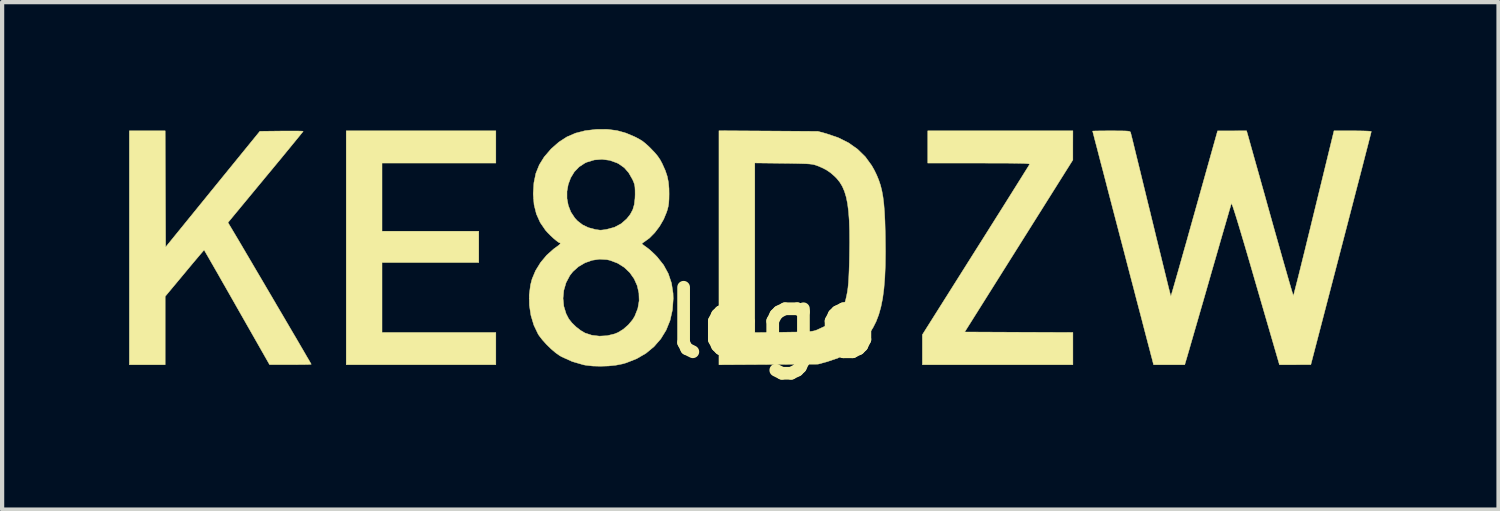
<source format=kicad_pcb>
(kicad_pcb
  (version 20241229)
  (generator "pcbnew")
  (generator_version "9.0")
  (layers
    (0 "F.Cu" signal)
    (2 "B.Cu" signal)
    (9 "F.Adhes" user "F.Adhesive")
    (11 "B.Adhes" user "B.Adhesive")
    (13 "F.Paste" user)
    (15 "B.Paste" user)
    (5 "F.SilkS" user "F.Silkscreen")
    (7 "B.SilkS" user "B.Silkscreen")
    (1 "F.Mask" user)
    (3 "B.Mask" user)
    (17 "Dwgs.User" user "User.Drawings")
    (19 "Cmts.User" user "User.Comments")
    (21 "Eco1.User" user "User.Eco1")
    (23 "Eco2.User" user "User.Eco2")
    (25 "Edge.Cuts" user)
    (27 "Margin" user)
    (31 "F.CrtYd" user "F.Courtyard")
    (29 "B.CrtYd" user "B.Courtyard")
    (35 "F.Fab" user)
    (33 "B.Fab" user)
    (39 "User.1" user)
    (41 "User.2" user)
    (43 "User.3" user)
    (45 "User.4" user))
  (footprint "logo"
    (layer "F.Cu")
    (at 14.568 3.3)
    (property "Reference" "logo" (at 0.635 1.27 0) (layer "F.SilkS") (effects (font (size 1.524 1.524) (thickness 0.3))))
    (attr through_hole)
    (fp_poly (pts (xy -5.905 -2.498) (xy -8.594 -2.498) (xy -8.594 -0.889) (xy -6.308 -0.889) (xy -6.308 -0.148) (xy -8.594 -0.148) (xy -8.594 1.503) (xy -5.905 1.503) (xy -5.905 2.265) (xy -9.44 2.265) (xy -9.44 -3.26) (xy -5.905 -3.26) (xy -5.905 -2.498)) (stroke (width 0.01) (type solid)) (fill yes) (layer "F.SilkS"))
    (fp_poly (pts (xy 7.725 -2.916) (xy 7.725 -2.572) (xy 5.17 1.492) (xy 6.448 1.498) (xy 7.726 1.503) (xy 7.726 2.265) (xy 4.17 2.265) (xy 4.17 1.91) (xy 4.17 1.556) (xy 5.432 -0.445) (xy 5.599 -0.709) (xy 5.76 -0.965) (xy 5.913 -1.208) (xy 6.057 -1.436) (xy 6.19 -1.648) (xy 6.311 -1.841) (xy 6.418 -2.012) (xy 6.511 -2.16) (xy 6.587 -2.282) (xy 6.646 -2.376) (xy 6.685 -2.439) (xy 6.703 -2.469) (xy 6.704 -2.471) (xy 6.698 -2.477) (xy 6.675 -2.482) (xy 6.63 -2.486) (xy 6.563 -2.49) (xy 6.469 -2.492) (xy 6.347 -2.494) (xy 6.193 -2.496) (xy 6.005 -2.497) (xy 5.78 -2.497) (xy 5.515 -2.498) (xy 4.297 -2.498) (xy 4.297 -3.26) (xy 7.726 -3.26) (xy 7.725 -2.916)) (stroke (width 0.01) (type solid)) (fill yes) (layer "F.SilkS"))
    (fp_poly (pts (xy -13.705 -0.514) (xy -12.593 -1.882) (xy -11.48 -3.249) (xy -10.968 -3.255) (xy -10.826 -3.256) (xy -10.699 -3.256) (xy -10.593 -3.255) (xy -10.514 -3.254) (xy -10.467 -3.251) (xy -10.456 -3.249) (xy -10.469 -3.231) (xy -10.507 -3.184) (xy -10.568 -3.109) (xy -10.649 -3.01) (xy -10.748 -2.889) (xy -10.863 -2.749) (xy -10.991 -2.593) (xy -11.131 -2.424) (xy -11.28 -2.244) (xy -11.345 -2.166) (xy -12.233 -1.093) (xy -12.194 -1.028) (xy -12.165 -0.98) (xy -12.118 -0.901) (xy -12.055 -0.795) (xy -11.977 -0.664) (xy -11.888 -0.513) (xy -11.788 -0.343) (xy -11.679 -0.158) (xy -11.564 0.038) (xy -11.443 0.243) (xy -11.32 0.453) (xy -11.195 0.665) (xy -11.071 0.877) (xy -10.949 1.084) (xy -10.831 1.285) (xy -10.72 1.475) (xy -10.616 1.651) (xy -10.523 1.811) (xy -10.441 1.951) (xy -10.373 2.069) (xy -10.319 2.16) (xy -10.284 2.222) (xy -10.267 2.251) (xy -10.266 2.254) (xy -10.286 2.257) (xy -10.343 2.26) (xy -10.43 2.262) (xy -10.542 2.263) (xy -10.673 2.264) (xy -10.758 2.264) (xy -11.25 2.264) (xy -12.021 0.91) (xy -12.146 0.69) (xy -12.265 0.481) (xy -12.376 0.287) (xy -12.477 0.109) (xy -12.568 -0.049) (xy -12.646 -0.185) (xy -12.709 -0.295) (xy -12.757 -0.377) (xy -12.786 -0.428) (xy -12.797 -0.445) (xy -12.811 -0.429) (xy -12.849 -0.384) (xy -12.908 -0.315) (xy -12.985 -0.224) (xy -13.076 -0.116) (xy -13.178 0.006) (xy -13.259 0.104) (xy -13.716 0.652) (xy -13.716 2.265) (xy -14.563 2.265) (xy -14.563 -3.26) (xy -13.716 -3.26) (xy -13.705 -0.514)) (stroke (width 0.01) (type solid)) (fill yes) (layer "F.SilkS"))
    (fp_poly (pts (xy 0.534 -3.255) (xy 1.704 -3.247) (xy 1.905 -3.192) (xy 2.18 -3.099) (xy 2.425 -2.977) (xy 2.639 -2.826) (xy 2.822 -2.647) (xy 2.973 -2.44) (xy 3.033 -2.334) (xy 3.092 -2.213) (xy 3.141 -2.093) (xy 3.182 -1.971) (xy 3.214 -1.841) (xy 3.24 -1.696) (xy 3.26 -1.533) (xy 3.275 -1.345) (xy 3.286 -1.128) (xy 3.293 -0.876) (xy 3.295 -0.773) (xy 3.299 -0.409) (xy 3.295 -0.083) (xy 3.283 0.207) (xy 3.262 0.465) (xy 3.232 0.695) (xy 3.191 0.899) (xy 3.14 1.082) (xy 3.077 1.246) (xy 3.002 1.394) (xy 2.913 1.531) (xy 2.811 1.659) (xy 2.755 1.72) (xy 2.586 1.875) (xy 2.395 2.003) (xy 2.177 2.107) (xy 1.926 2.192) (xy 1.905 2.198) (xy 1.704 2.252) (xy 0.534 2.26) (xy -0.635 2.267) (xy -0.635 1.506) (xy 0.212 1.506) (xy 0.884 1.498) (xy 1.073 1.495) (xy 1.224 1.493) (xy 1.344 1.49) (xy 1.437 1.486) (xy 1.508 1.481) (xy 1.563 1.475) (xy 1.606 1.467) (xy 1.643 1.457) (xy 1.673 1.446) (xy 1.877 1.353) (xy 2.045 1.241) (xy 2.178 1.106) (xy 2.28 0.946) (xy 2.351 0.76) (xy 2.36 0.726) (xy 2.381 0.635) (xy 2.399 0.543) (xy 2.413 0.444) (xy 2.424 0.331) (xy 2.432 0.199) (xy 2.439 0.042) (xy 2.445 -0.148) (xy 2.448 -0.307) (xy 2.452 -0.624) (xy 2.45 -0.902) (xy 2.442 -1.145) (xy 2.426 -1.356) (xy 2.403 -1.538) (xy 2.371 -1.695) (xy 2.33 -1.83) (xy 2.28 -1.946) (xy 2.219 -2.047) (xy 2.147 -2.136) (xy 2.094 -2.189) (xy 1.996 -2.273) (xy 1.9 -2.338) (xy 1.791 -2.393) (xy 1.673 -2.441) (xy 1.637 -2.453) (xy 1.6 -2.463) (xy 1.555 -2.471) (xy 1.498 -2.477) (xy 1.423 -2.482) (xy 1.326 -2.485) (xy 1.202 -2.488) (xy 1.044 -2.491) (xy 0.884 -2.493) (xy 0.212 -2.501) (xy 0.212 1.506) (xy -0.635 1.506) (xy -0.635 -3.262) (xy 0.534 -3.255)) (stroke (width 0.01) (type solid)) (fill yes) (layer "F.SilkS"))
    (fp_poly (pts (xy 14.465 -3.259) (xy 14.581 -3.257) (xy 14.675 -3.254) (xy 14.741 -3.25) (xy 14.773 -3.245) (xy 14.775 -3.244) (xy 14.77 -3.222) (xy 14.755 -3.161) (xy 14.73 -3.064) (xy 14.697 -2.934) (xy 14.655 -2.772) (xy 14.606 -2.581) (xy 14.55 -2.363) (xy 14.487 -2.121) (xy 14.418 -1.857) (xy 14.345 -1.574) (xy 14.267 -1.274) (xy 14.185 -0.958) (xy 14.1 -0.631) (xy 14.061 -0.482) (xy 13.346 2.264) (xy 12.975 2.265) (xy 12.605 2.265) (xy 12.044 0.337) (xy 11.944 -0.009) (xy 11.855 -0.314) (xy 11.776 -0.583) (xy 11.707 -0.814) (xy 11.648 -1.011) (xy 11.598 -1.175) (xy 11.557 -1.306) (xy 11.524 -1.408) (xy 11.5 -1.48) (xy 11.482 -1.524) (xy 11.472 -1.543) (xy 11.469 -1.542) (xy 11.46 -1.514) (xy 11.442 -1.449) (xy 11.413 -1.35) (xy 11.375 -1.218) (xy 11.329 -1.059) (xy 11.275 -0.874) (xy 11.215 -0.667) (xy 11.15 -0.44) (xy 11.08 -0.197) (xy 11.006 0.058) (xy 10.953 0.243) (xy 10.877 0.509) (xy 10.803 0.766) (xy 10.732 1.01) (xy 10.666 1.239) (xy 10.605 1.449) (xy 10.551 1.637) (xy 10.504 1.799) (xy 10.466 1.932) (xy 10.436 2.034) (xy 10.417 2.1) (xy 10.41 2.122) (xy 10.368 2.265) (xy 9.632 2.265) (xy 9.611 2.185) (xy 9.599 2.137) (xy 9.576 2.053) (xy 9.546 1.935) (xy 9.507 1.788) (xy 9.461 1.613) (xy 9.409 1.414) (xy 9.352 1.193) (xy 9.289 0.954) (xy 9.222 0.699) (xy 9.153 0.432) (xy 9.08 0.155) (xy 9.006 -0.129) (xy 8.931 -0.418) (xy 8.855 -0.707) (xy 8.78 -0.994) (xy 8.706 -1.277) (xy 8.634 -1.553) (xy 8.565 -1.817) (xy 8.5 -2.069) (xy 8.439 -2.304) (xy 8.382 -2.519) (xy 8.332 -2.713) (xy 8.288 -2.882) (xy 8.251 -3.022) (xy 8.223 -3.132) (xy 8.203 -3.208) (xy 8.193 -3.248) (xy 8.191 -3.253) (xy 8.212 -3.255) (xy 8.268 -3.257) (xy 8.354 -3.258) (xy 8.464 -3.259) (xy 8.592 -3.26) (xy 8.635 -3.26) (xy 8.783 -3.259) (xy 8.895 -3.258) (xy 8.975 -3.256) (xy 9.029 -3.252) (xy 9.062 -3.246) (xy 9.08 -3.237) (xy 9.088 -3.225) (xy 9.089 -3.223) (xy 9.095 -3.197) (xy 9.111 -3.133) (xy 9.136 -3.034) (xy 9.168 -2.903) (xy 9.207 -2.742) (xy 9.253 -2.555) (xy 9.305 -2.344) (xy 9.361 -2.113) (xy 9.422 -1.863) (xy 9.486 -1.599) (xy 9.554 -1.324) (xy 9.566 -1.272) (xy 9.634 -0.995) (xy 9.698 -0.73) (xy 9.76 -0.48) (xy 9.817 -0.247) (xy 9.869 -0.035) (xy 9.915 0.153) (xy 9.955 0.316) (xy 9.988 0.45) (xy 10.014 0.551) (xy 10.031 0.618) (xy 10.039 0.647) (xy 10.039 0.648) (xy 10.045 0.629) (xy 10.063 0.572) (xy 10.09 0.48) (xy 10.126 0.355) (xy 10.17 0.201) (xy 10.222 0.02) (xy 10.28 -0.185) (xy 10.344 -0.412) (xy 10.414 -0.657) (xy 10.487 -0.919) (xy 10.564 -1.193) (xy 10.595 -1.302) (xy 11.144 -3.259) (xy 11.487 -3.259) (xy 11.829 -3.26) (xy 11.858 -3.159) (xy 11.868 -3.124) (xy 11.888 -3.052) (xy 11.918 -2.944) (xy 11.957 -2.805) (xy 12.004 -2.638) (xy 12.058 -2.446) (xy 12.119 -2.231) (xy 12.184 -1.997) (xy 12.255 -1.746) (xy 12.328 -1.483) (xy 12.404 -1.212) (xy 12.48 -0.941) (xy 12.553 -0.683) (xy 12.622 -0.439) (xy 12.686 -0.213) (xy 12.745 -0.007) (xy 12.797 0.175) (xy 12.842 0.331) (xy 12.879 0.458) (xy 12.907 0.553) (xy 12.926 0.613) (xy 12.933 0.635) (xy 12.934 0.635) (xy 12.94 0.615) (xy 12.956 0.556) (xy 12.98 0.462) (xy 13.012 0.336) (xy 13.052 0.18) (xy 13.098 -0.004) (xy 13.149 -0.211) (xy 13.206 -0.44) (xy 13.266 -0.687) (xy 13.331 -0.95) (xy 13.398 -1.226) (xy 13.419 -1.312) (xy 13.894 -3.26) (xy 14.334 -3.26) (xy 14.465 -3.259)) (stroke (width 0.01) (type solid)) (fill yes) (layer "F.SilkS"))
    (fp_poly (pts (xy -3.261 -3.294) (xy -3.041 -3.265) (xy -2.83 -3.206) (xy -2.629 -3.121) (xy -2.528 -3.069) (xy -2.447 -3.02) (xy -2.373 -2.962) (xy -2.291 -2.888) (xy -2.242 -2.839) (xy -2.15 -2.743) (xy -2.081 -2.66) (xy -2.026 -2.579) (xy -1.976 -2.486) (xy -1.972 -2.477) (xy -1.903 -2.324) (xy -1.857 -2.187) (xy -1.829 -2.049) (xy -1.815 -1.897) (xy -1.813 -1.767) (xy -1.815 -1.647) (xy -1.821 -1.554) (xy -1.833 -1.475) (xy -1.853 -1.396) (xy -1.871 -1.34) (xy -1.941 -1.17) (xy -2.037 -1.005) (xy -2.151 -0.854) (xy -2.276 -0.727) (xy -2.397 -0.639) (xy -2.437 -0.612) (xy -2.455 -0.594) (xy -2.455 -0.593) (xy -2.438 -0.576) (xy -2.396 -0.544) (xy -2.348 -0.51) (xy -2.285 -0.462) (xy -2.208 -0.393) (xy -2.128 -0.316) (xy -2.094 -0.28) (xy -1.943 -0.09) (xy -1.831 0.115) (xy -1.756 0.338) (xy -1.719 0.579) (xy -1.715 0.705) (xy -1.734 0.971) (xy -1.79 1.22) (xy -1.883 1.449) (xy -2.01 1.656) (xy -2.17 1.839) (xy -2.36 1.996) (xy -2.58 2.124) (xy -2.827 2.221) (xy -2.91 2.245) (xy -3.066 2.276) (xy -3.245 2.295) (xy -3.434 2.301) (xy -3.618 2.296) (xy -3.782 2.277) (xy -3.832 2.268) (xy -4.101 2.19) (xy -4.347 2.079) (xy -4.398 2.05) (xy -4.492 1.984) (xy -4.599 1.893) (xy -4.707 1.788) (xy -4.805 1.679) (xy -4.883 1.578) (xy -4.907 1.541) (xy -5.007 1.332) (xy -5.076 1.102) (xy -5.113 0.86) (xy -5.116 0.697) (xy -4.318 0.697) (xy -4.3 0.883) (xy -4.246 1.06) (xy -4.183 1.182) (xy -4.108 1.277) (xy -4.009 1.373) (xy -3.9 1.457) (xy -3.8 1.516) (xy -3.637 1.569) (xy -3.458 1.59) (xy -3.276 1.58) (xy -3.102 1.538) (xy -3.019 1.504) (xy -2.895 1.428) (xy -2.776 1.324) (xy -2.676 1.205) (xy -2.624 1.12) (xy -2.552 0.938) (xy -2.52 0.754) (xy -2.526 0.572) (xy -2.566 0.397) (xy -2.639 0.235) (xy -2.742 0.089) (xy -2.873 -0.035) (xy -3.029 -0.133) (xy -3.209 -0.201) (xy -3.281 -0.217) (xy -3.455 -0.228) (xy -3.63 -0.202) (xy -3.799 -0.142) (xy -3.954 -0.051) (xy -4.086 0.067) (xy -4.158 0.159) (xy -4.247 0.328) (xy -4.3 0.51) (xy -4.318 0.697) (xy -5.116 0.697) (xy -5.117 0.617) (xy -5.086 0.38) (xy -5.05 0.241) (xy -4.967 0.043) (xy -4.849 -0.148) (xy -4.704 -0.322) (xy -4.538 -0.47) (xy -4.471 -0.518) (xy -4.413 -0.561) (xy -4.383 -0.594) (xy -4.385 -0.612) (xy -4.398 -0.614) (xy -4.427 -0.628) (xy -4.477 -0.666) (xy -4.541 -0.719) (xy -4.609 -0.782) (xy -4.674 -0.847) (xy -4.727 -0.906) (xy -4.731 -0.91) (xy -4.857 -1.094) (xy -4.947 -1.294) (xy -5.002 -1.514) (xy -5.022 -1.757) (xy -5.022 -1.789) (xy -5.019 -1.83) (xy -4.225 -1.83) (xy -4.225 -1.662) (xy -4.194 -1.497) (xy -4.133 -1.341) (xy -4.04 -1.2) (xy -3.976 -1.131) (xy -3.856 -1.039) (xy -3.718 -0.973) (xy -3.554 -0.929) (xy -3.44 -0.913) (xy -3.409 -0.915) (xy -3.35 -0.922) (xy -3.283 -0.933) (xy -3.102 -0.982) (xy -2.944 -1.066) (xy -2.815 -1.179) (xy -2.73 -1.286) (xy -2.671 -1.396) (xy -2.635 -1.519) (xy -2.618 -1.666) (xy -2.615 -1.757) (xy -2.616 -1.86) (xy -2.62 -1.935) (xy -2.63 -1.993) (xy -2.649 -2.049) (xy -2.678 -2.115) (xy -2.681 -2.119) (xy -2.768 -2.271) (xy -2.872 -2.389) (xy -3 -2.479) (xy -3.039 -2.5) (xy -3.214 -2.563) (xy -3.397 -2.587) (xy -3.581 -2.572) (xy -3.759 -2.518) (xy -3.8 -2.499) (xy -3.939 -2.408) (xy -4.052 -2.29) (xy -4.137 -2.15) (xy -4.195 -1.995) (xy -4.225 -1.83) (xy -5.019 -1.83) (xy -5.006 -2.034) (xy -4.96 -2.255) (xy -4.879 -2.456) (xy -4.763 -2.643) (xy -4.608 -2.823) (xy -4.594 -2.838) (xy -4.415 -2.995) (xy -4.226 -3.117) (xy -4.022 -3.205) (xy -3.796 -3.263) (xy -3.543 -3.293) (xy -3.503 -3.295) (xy -3.261 -3.294)) (stroke (width 0.01) (type solid)) (fill yes) (layer "F.SilkS")))
  (gr_rect
    (start -3 -3)
    (end 32.348 8.988)
    (stroke (width 0.1) (type default))
    (fill no)
    (layer "Edge.Cuts")))
</source>
